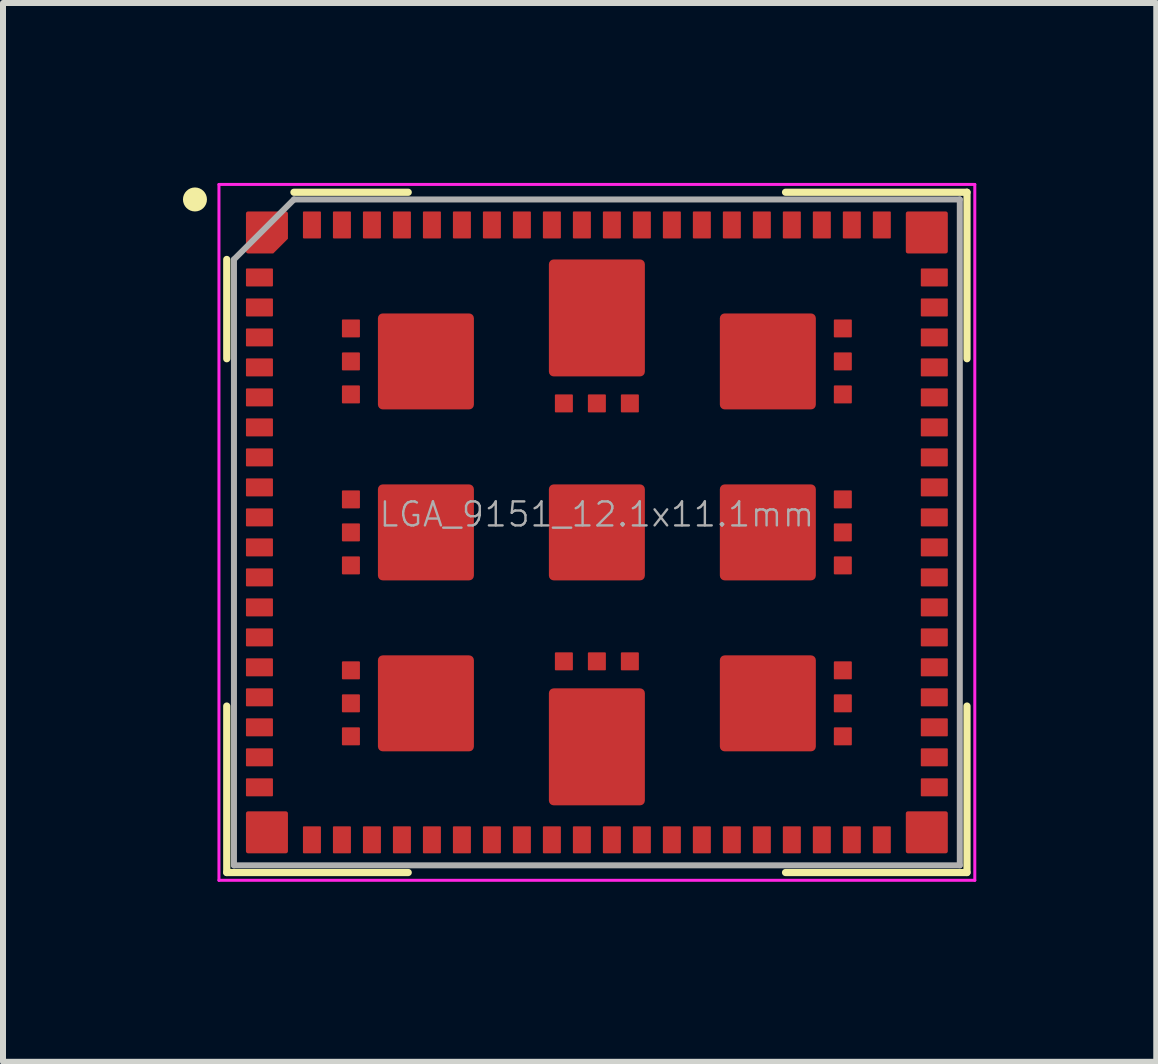
<source format=kicad_pcb>
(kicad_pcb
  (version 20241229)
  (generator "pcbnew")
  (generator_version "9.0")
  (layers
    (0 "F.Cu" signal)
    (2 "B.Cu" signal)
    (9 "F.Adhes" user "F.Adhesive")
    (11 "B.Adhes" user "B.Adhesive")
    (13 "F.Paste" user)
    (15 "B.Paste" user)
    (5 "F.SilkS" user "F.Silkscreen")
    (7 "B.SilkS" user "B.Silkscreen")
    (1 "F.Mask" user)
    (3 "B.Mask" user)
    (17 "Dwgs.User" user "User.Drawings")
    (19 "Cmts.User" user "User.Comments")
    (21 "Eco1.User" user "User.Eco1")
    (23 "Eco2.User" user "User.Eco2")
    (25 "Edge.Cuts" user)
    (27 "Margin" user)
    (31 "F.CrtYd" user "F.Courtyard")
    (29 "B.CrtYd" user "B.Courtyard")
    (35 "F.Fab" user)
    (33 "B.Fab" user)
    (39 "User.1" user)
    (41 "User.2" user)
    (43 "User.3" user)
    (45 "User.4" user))
  (footprint "LGA_9151_12.1x11.1mm"
    (layer "F.Cu")
    (at 6.9 5.825)
    (property "Reference" "LGA_9151_12.1x11.1mm" (at 0 -0.3 0) (unlocked yes) (layer "F.Fab") (effects (font (size 0.4 0.4) (thickness 0.04))))
    (attr smd)
    (fp_line (start -6.17 -4.55) (end -6.17 -2.895) (stroke (width 0.12) (type default)) (layer "F.SilkS"))
    (fp_line (start -6.17 5.67) (end -6.17 2.895) (stroke (width 0.12) (type default)) (layer "F.SilkS"))
    (fp_line (start -3.145 -5.67) (end -5.05 -5.67) (stroke (width 0.12) (type default)) (layer "F.SilkS"))
    (fp_line (start -3.145 5.67) (end -6.17 5.67) (stroke (width 0.12) (type default)) (layer "F.SilkS"))
    (fp_line (start 3.145 -5.67) (end 6.17 -5.67) (stroke (width 0.12) (type default)) (layer "F.SilkS"))
    (fp_line (start 3.145 5.67) (end 6.17 5.67) (stroke (width 0.12) (type default)) (layer "F.SilkS"))
    (fp_line (start 6.17 -5.67) (end 6.17 -2.895) (stroke (width 0.12) (type default)) (layer "F.SilkS"))
    (fp_line (start 6.17 5.67) (end 6.17 2.895) (stroke (width 0.12) (type default)) (layer "F.SilkS"))
    (fp_circle (center -6.7 -5.55) (end -6.7 -5.45) (stroke (width 0.2) (type default)) (fill no) (layer "F.SilkS"))
    (fp_line (start -6.3 -5.8) (end 6.3 -5.8) (stroke (width 0.05) (type default)) (layer "F.CrtYd"))
    (fp_line (start -6.3 5.8) (end -6.3 -5.8) (stroke (width 0.05) (type default)) (layer "F.CrtYd"))
    (fp_line (start 6.3 -5.8) (end 6.3 5.8) (stroke (width 0.05) (type default)) (layer "F.CrtYd"))
    (fp_line (start 6.3 5.8) (end -6.3 5.8) (stroke (width 0.05) (type default)) (layer "F.CrtYd"))
    (fp_line (start -6.05 -4.55) (end -6.05 5.55) (stroke (width 0.1) (type default)) (layer "F.Fab"))
    (fp_line (start -6.05 5.55) (end 6.05 5.55) (stroke (width 0.1) (type default)) (layer "F.Fab"))
    (fp_line (start -5.05 -5.55) (end -6.05 -4.55) (stroke (width 0.1) (type default)) (layer "F.Fab"))
    (fp_line (start 6.05 -5.55) (end -5.05 -5.55) (stroke (width 0.1) (type default)) (layer "F.Fab"))
    (fp_line (start 6.05 5.55) (end 6.05 -5.55) (stroke (width 0.1) (type default)) (layer "F.Fab"))
    (pad "1" smd roundrect (at -5.5 -5) (size 0.7 0.7) (layers "F.Cu" "F.Mask" "F.Paste") (roundrect_rratio 0.05) (chamfer_ratio 0.35) (chamfer bottom_right))
    (pad "2" smd roundrect (at -5.625 -4.25) (size 0.45 0.3) (layers "F.Cu" "F.Mask" "F.Paste") (roundrect_rratio 0.05))
    (pad "3" smd roundrect (at -5.625 -3.75) (size 0.45 0.3) (layers "F.Cu" "F.Mask" "F.Paste") (roundrect_rratio 0.05))
    (pad "4" smd roundrect (at -5.625 -3.25) (size 0.45 0.3) (layers "F.Cu" "F.Mask" "F.Paste") (roundrect_rratio 0.05))
    (pad "5" smd roundrect (at -5.625 -2.75) (size 0.45 0.3) (layers "F.Cu" "F.Mask" "F.Paste") (roundrect_rratio 0.05))
    (pad "6" smd roundrect (at -5.625 -2.25) (size 0.45 0.3) (layers "F.Cu" "F.Mask" "F.Paste") (roundrect_rratio 0.05))
    (pad "7" smd roundrect (at -5.625 -1.75) (size 0.45 0.3) (layers "F.Cu" "F.Mask" "F.Paste") (roundrect_rratio 0.05))
    (pad "8" smd roundrect (at -5.625 -1.25) (size 0.45 0.3) (layers "F.Cu" "F.Mask" "F.Paste") (roundrect_rratio 0.05))
    (pad "9" smd roundrect (at -5.625 -0.75) (size 0.45 0.3) (layers "F.Cu" "F.Mask" "F.Paste") (roundrect_rratio 0.05))
    (pad "10" smd roundrect (at -5.625 -0.25) (size 0.45 0.3) (layers "F.Cu" "F.Mask" "F.Paste") (roundrect_rratio 0.05))
    (pad "11" smd roundrect (at -5.625 0.25) (size 0.45 0.3) (layers "F.Cu" "F.Mask" "F.Paste") (roundrect_rratio 0.05))
    (pad "12" smd roundrect (at -5.625 0.75) (size 0.45 0.3) (layers "F.Cu" "F.Mask" "F.Paste") (roundrect_rratio 0.05))
    (pad "13" smd roundrect (at -5.625 1.25) (size 0.45 0.3) (layers "F.Cu" "F.Mask" "F.Paste") (roundrect_rratio 0.05))
    (pad "14" smd roundrect (at -5.625 1.75) (size 0.45 0.3) (layers "F.Cu" "F.Mask" "F.Paste") (roundrect_rratio 0.05))
    (pad "15" smd roundrect (at -5.625 2.25) (size 0.45 0.3) (layers "F.Cu" "F.Mask" "F.Paste") (roundrect_rratio 0.05))
    (pad "16" smd roundrect (at -5.625 2.75) (size 0.45 0.3) (layers "F.Cu" "F.Mask" "F.Paste") (roundrect_rratio 0.05))
    (pad "17" smd roundrect (at -5.625 3.25) (size 0.45 0.3) (layers "F.Cu" "F.Mask" "F.Paste") (roundrect_rratio 0.05))
    (pad "18" smd roundrect (at -5.625 3.75) (size 0.45 0.3) (layers "F.Cu" "F.Mask" "F.Paste") (roundrect_rratio 0.05))
    (pad "19" smd roundrect (at -5.625 4.25) (size 0.45 0.3) (layers "F.Cu" "F.Mask" "F.Paste") (roundrect_rratio 0.05))
    (pad "20" smd roundrect (at -5.5 5) (size 0.7 0.7) (layers "F.Cu" "F.Mask" "F.Paste") (roundrect_rratio 0.05))
    (pad "21" smd roundrect (at -4.75 5.125 90) (size 0.45 0.3) (layers "F.Cu" "F.Mask" "F.Paste") (roundrect_rratio 0.05))
    (pad "22" smd roundrect (at -4.25 5.125 90) (size 0.45 0.3) (layers "F.Cu" "F.Mask" "F.Paste") (roundrect_rratio 0.05))
    (pad "23" smd roundrect (at -3.75 5.125 90) (size 0.45 0.3) (layers "F.Cu" "F.Mask" "F.Paste") (roundrect_rratio 0.05))
    (pad "24" smd roundrect (at -3.25 5.125 90) (size 0.45 0.3) (layers "F.Cu" "F.Mask" "F.Paste") (roundrect_rratio 0.05))
    (pad "25" smd roundrect (at -2.75 5.125 90) (size 0.45 0.3) (layers "F.Cu" "F.Mask" "F.Paste") (roundrect_rratio 0.05))
    (pad "26" smd roundrect (at -2.25 5.125 90) (size 0.45 0.3) (layers "F.Cu" "F.Mask" "F.Paste") (roundrect_rratio 0.05))
    (pad "27" smd roundrect (at -1.75 5.125 90) (size 0.45 0.3) (layers "F.Cu" "F.Mask" "F.Paste") (roundrect_rratio 0.05))
    (pad "28" smd roundrect (at -1.25 5.125 90) (size 0.45 0.3) (layers "F.Cu" "F.Mask" "F.Paste") (roundrect_rratio 0.05))
    (pad "29" smd roundrect (at -0.75 5.125 90) (size 0.45 0.3) (layers "F.Cu" "F.Mask" "F.Paste") (roundrect_rratio 0.05))
    (pad "30" smd roundrect (at -0.25 5.125 90) (size 0.45 0.3) (layers "F.Cu" "F.Mask" "F.Paste") (roundrect_rratio 0.05))
    (pad "31" smd roundrect (at 0.25 5.125 90) (size 0.45 0.3) (layers "F.Cu" "F.Mask" "F.Paste") (roundrect_rratio 0.05))
    (pad "32" smd roundrect (at 0.75 5.125 90) (size 0.45 0.3) (layers "F.Cu" "F.Mask" "F.Paste") (roundrect_rratio 0.05))
    (pad "33" smd roundrect (at 1.25 5.125 90) (size 0.45 0.3) (layers "F.Cu" "F.Mask" "F.Paste") (roundrect_rratio 0.05))
    (pad "34" smd roundrect (at 1.75 5.125 90) (size 0.45 0.3) (layers "F.Cu" "F.Mask" "F.Paste") (roundrect_rratio 0.05))
    (pad "35" smd roundrect (at 2.25 5.125 90) (size 0.45 0.3) (layers "F.Cu" "F.Mask" "F.Paste") (roundrect_rratio 0.05))
    (pad "36" smd roundrect (at 2.75 5.125 90) (size 0.45 0.3) (layers "F.Cu" "F.Mask" "F.Paste") (roundrect_rratio 0.05))
    (pad "37" smd roundrect (at 3.25 5.125 90) (size 0.45 0.3) (layers "F.Cu" "F.Mask" "F.Paste") (roundrect_rratio 0.05))
    (pad "38" smd roundrect (at 3.75 5.125 90) (size 0.45 0.3) (layers "F.Cu" "F.Mask" "F.Paste") (roundrect_rratio 0.05))
    (pad "39" smd roundrect (at 4.25 5.125 90) (size 0.45 0.3) (layers "F.Cu" "F.Mask" "F.Paste") (roundrect_rratio 0.05))
    (pad "40" smd roundrect (at 4.75 5.125 90) (size 0.45 0.3) (layers "F.Cu" "F.Mask" "F.Paste") (roundrect_rratio 0.05))
    (pad "41" smd roundrect (at 5.5 5) (size 0.7 0.7) (layers "F.Cu" "F.Mask" "F.Paste") (roundrect_rratio 0.05))
    (pad "42" smd roundrect (at 5.625 4.25) (size 0.45 0.3) (layers "F.Cu" "F.Mask" "F.Paste") (roundrect_rratio 0.05))
    (pad "43" smd roundrect (at 5.625 3.75) (size 0.45 0.3) (layers "F.Cu" "F.Mask" "F.Paste") (roundrect_rratio 0.05))
    (pad "44" smd roundrect (at 5.625 3.25) (size 0.45 0.3) (layers "F.Cu" "F.Mask" "F.Paste") (roundrect_rratio 0.05))
    (pad "45" smd roundrect (at 5.625 2.75) (size 0.45 0.3) (layers "F.Cu" "F.Mask" "F.Paste") (roundrect_rratio 0.05))
    (pad "46" smd roundrect (at 5.625 2.25) (size 0.45 0.3) (layers "F.Cu" "F.Mask" "F.Paste") (roundrect_rratio 0.05))
    (pad "47" smd roundrect (at 5.625 1.75) (size 0.45 0.3) (layers "F.Cu" "F.Mask" "F.Paste") (roundrect_rratio 0.05))
    (pad "48" smd roundrect (at 5.625 1.25) (size 0.45 0.3) (layers "F.Cu" "F.Mask" "F.Paste") (roundrect_rratio 0.05))
    (pad "49" smd roundrect (at 5.625 0.75) (size 0.45 0.3) (layers "F.Cu" "F.Mask" "F.Paste") (roundrect_rratio 0.05))
    (pad "50" smd roundrect (at 5.625 0.25) (size 0.45 0.3) (layers "F.Cu" "F.Mask" "F.Paste") (roundrect_rratio 0.05))
    (pad "51" smd roundrect (at 5.625 -0.25) (size 0.45 0.3) (layers "F.Cu" "F.Mask" "F.Paste") (roundrect_rratio 0.05))
    (pad "52" smd roundrect (at 5.625 -0.75) (size 0.45 0.3) (layers "F.Cu" "F.Mask" "F.Paste") (roundrect_rratio 0.05))
    (pad "53" smd roundrect (at 5.625 -1.25) (size 0.45 0.3) (layers "F.Cu" "F.Mask" "F.Paste") (roundrect_rratio 0.05))
    (pad "54" smd roundrect (at 5.625 -1.75) (size 0.45 0.3) (layers "F.Cu" "F.Mask" "F.Paste") (roundrect_rratio 0.05))
    (pad "55" smd roundrect (at 5.625 -2.25) (size 0.45 0.3) (layers "F.Cu" "F.Mask" "F.Paste") (roundrect_rratio 0.05))
    (pad "56" smd roundrect (at 5.625 -2.75) (size 0.45 0.3) (layers "F.Cu" "F.Mask" "F.Paste") (roundrect_rratio 0.05))
    (pad "57" smd roundrect (at 5.625 -3.25) (size 0.45 0.3) (layers "F.Cu" "F.Mask" "F.Paste") (roundrect_rratio 0.05))
    (pad "58" smd roundrect (at 5.625 -3.75) (size 0.45 0.3) (layers "F.Cu" "F.Mask" "F.Paste") (roundrect_rratio 0.05))
    (pad "59" smd roundrect (at 5.625 -4.25) (size 0.45 0.3) (layers "F.Cu" "F.Mask" "F.Paste") (roundrect_rratio 0.05))
    (pad "60" smd roundrect (at 5.5 -5) (size 0.7 0.7) (layers "F.Cu" "F.Mask" "F.Paste") (roundrect_rratio 0.05))
    (pad "61" smd roundrect (at 4.75 -5.125 90) (size 0.45 0.3) (layers "F.Cu" "F.Mask" "F.Paste") (roundrect_rratio 0.05))
    (pad "62" smd roundrect (at 4.25 -5.125 270) (size 0.45 0.3) (layers "F.Cu" "F.Mask" "F.Paste") (roundrect_rratio 0.05))
    (pad "63" smd roundrect (at 3.75 -5.125 270) (size 0.45 0.3) (layers "F.Cu" "F.Mask" "F.Paste") (roundrect_rratio 0.05))
    (pad "64" smd roundrect (at 3.25 -5.125 270) (size 0.45 0.3) (layers "F.Cu" "F.Mask" "F.Paste") (roundrect_rratio 0.05))
    (pad "65" smd roundrect (at 2.75 -5.125 270) (size 0.45 0.3) (layers "F.Cu" "F.Mask" "F.Paste") (roundrect_rratio 0.05))
    (pad "66" smd roundrect (at 2.25 -5.125 270) (size 0.45 0.3) (layers "F.Cu" "F.Mask" "F.Paste") (roundrect_rratio 0.05))
    (pad "67" smd roundrect (at 1.75 -5.125 270) (size 0.45 0.3) (layers "F.Cu" "F.Mask" "F.Paste") (roundrect_rratio 0.05))
    (pad "68" smd roundrect (at 1.25 -5.125 270) (size 0.45 0.3) (layers "F.Cu" "F.Mask" "F.Paste") (roundrect_rratio 0.05))
    (pad "69" smd roundrect (at 0.75 -5.125 270) (size 0.45 0.3) (layers "F.Cu" "F.Mask" "F.Paste") (roundrect_rratio 0.05))
    (pad "70" smd roundrect (at 0.25 -5.125 270) (size 0.45 0.3) (layers "F.Cu" "F.Mask" "F.Paste") (roundrect_rratio 0.05))
    (pad "71" smd roundrect (at -0.25 -5.125 270) (size 0.45 0.3) (layers "F.Cu" "F.Mask" "F.Paste") (roundrect_rratio 0.05))
    (pad "72" smd roundrect (at -0.75 -5.125 270) (size 0.45 0.3) (layers "F.Cu" "F.Mask" "F.Paste") (roundrect_rratio 0.05))
    (pad "73" smd roundrect (at -1.25 -5.125 270) (size 0.45 0.3) (layers "F.Cu" "F.Mask" "F.Paste") (roundrect_rratio 0.05))
    (pad "74" smd roundrect (at -1.75 -5.125 270) (size 0.45 0.3) (layers "F.Cu" "F.Mask" "F.Paste") (roundrect_rratio 0.05))
    (pad "75" smd roundrect (at -2.25 -5.125 270) (size 0.45 0.3) (layers "F.Cu" "F.Mask" "F.Paste") (roundrect_rratio 0.05))
    (pad "76" smd roundrect (at -2.75 -5.125 270) (size 0.45 0.3) (layers "F.Cu" "F.Mask" "F.Paste") (roundrect_rratio 0.05))
    (pad "77" smd roundrect (at -3.25 -5.125 270) (size 0.45 0.3) (layers "F.Cu" "F.Mask" "F.Paste") (roundrect_rratio 0.05))
    (pad "78" smd roundrect (at -3.75 -5.125 270) (size 0.45 0.3) (layers "F.Cu" "F.Mask" "F.Paste") (roundrect_rratio 0.05))
    (pad "79" smd roundrect (at -4.25 -5.125 270) (size 0.45 0.3) (layers "F.Cu" "F.Mask" "F.Paste") (roundrect_rratio 0.05))
    (pad "80" smd roundrect (at -4.75 -5.125 270) (size 0.45 0.3) (layers "F.Cu" "F.Mask" "F.Paste") (roundrect_rratio 0.05))
    (pad "81" smd roundrect (at -4.1 -3.4 270) (size 0.3 0.3) (layers "F.Cu" "F.Mask" "F.Paste") (roundrect_rratio 0.05))
    (pad "82" smd roundrect (at -4.1 -2.85 270) (size 0.3 0.3) (layers "F.Cu" "F.Mask" "F.Paste") (roundrect_rratio 0.05))
    (pad "83" smd roundrect (at -4.1 -2.3 270) (size 0.3 0.3) (layers "F.Cu" "F.Mask" "F.Paste") (roundrect_rratio 0.05))
    (pad "84" smd roundrect (at -4.1 -0.55 270) (size 0.3 0.3) (layers "F.Cu" "F.Mask" "F.Paste") (roundrect_rratio 0.05))
    (pad "85" smd roundrect (at -4.1 0 270) (size 0.3 0.3) (layers "F.Cu" "F.Mask" "F.Paste") (roundrect_rratio 0.05))
    (pad "86" smd roundrect (at -4.1 0.55 270) (size 0.3 0.3) (layers "F.Cu" "F.Mask" "F.Paste") (roundrect_rratio 0.05))
    (pad "87" smd roundrect (at -4.1 2.3 270) (size 0.3 0.3) (layers "F.Cu" "F.Mask" "F.Paste") (roundrect_rratio 0.05))
    (pad "88" smd roundrect (at -4.1 2.85 270) (size 0.3 0.3) (layers "F.Cu" "F.Mask" "F.Paste") (roundrect_rratio 0.05))
    (pad "89" smd roundrect (at -4.1 3.4 270) (size 0.3 0.3) (layers "F.Cu" "F.Mask" "F.Paste") (roundrect_rratio 0.05))
    (pad "90" smd roundrect (at -0.55 2.15 90) (size 0.3 0.3) (layers "F.Cu" "F.Mask" "F.Paste") (roundrect_rratio 0.05))
    (pad "91" smd roundrect (at 0 2.15 90) (size 0.3 0.3) (layers "F.Cu" "F.Mask" "F.Paste") (roundrect_rratio 0.05))
    (pad "92" smd roundrect (at 0.55 2.15 90) (size 0.3 0.3) (layers "F.Cu" "F.Mask" "F.Paste") (roundrect_rratio 0.05))
    (pad "93" smd roundrect (at 4.1 3.4 90) (size 0.3 0.3) (layers "F.Cu" "F.Mask" "F.Paste") (roundrect_rratio 0.05))
    (pad "94" smd roundrect (at 4.1 2.85 90) (size 0.3 0.3) (layers "F.Cu" "F.Mask" "F.Paste") (roundrect_rratio 0.05))
    (pad "95" smd roundrect (at 4.1 2.3 90) (size 0.3 0.3) (layers "F.Cu" "F.Mask" "F.Paste") (roundrect_rratio 0.05))
    (pad "96" smd roundrect (at 4.1 0.55 90) (size 0.3 0.3) (layers "F.Cu" "F.Mask" "F.Paste") (roundrect_rratio 0.05))
    (pad "97" smd roundrect (at 4.1 0 90) (size 0.3 0.3) (layers "F.Cu" "F.Mask" "F.Paste") (roundrect_rratio 0.05))
    (pad "98" smd roundrect (at 4.1 -0.55 90) (size 0.3 0.3) (layers "F.Cu" "F.Mask" "F.Paste") (roundrect_rratio 0.05))
    (pad "99" smd roundrect (at 4.1 -2.3 90) (size 0.3 0.3) (layers "F.Cu" "F.Mask" "F.Paste") (roundrect_rratio 0.05))
    (pad "100" smd roundrect (at 4.1 -2.85 90) (size 0.3 0.3) (layers "F.Cu" "F.Mask" "F.Paste") (roundrect_rratio 0.05))
    (pad "101" smd roundrect (at 4.1 -3.4 90) (size 0.3 0.3) (layers "F.Cu" "F.Mask" "F.Paste") (roundrect_rratio 0.05))
    (pad "102" smd roundrect (at 0.55 -2.15 270) (size 0.3 0.3) (layers "F.Cu" "F.Mask" "F.Paste") (roundrect_rratio 0.05))
    (pad "103" smd roundrect (at 0 -2.15 270) (size 0.3 0.3) (layers "F.Cu" "F.Mask" "F.Paste") (roundrect_rratio 0.05))
    (pad "104" smd roundrect (at -0.55 -2.15 270) (size 0.3 0.3) (layers "F.Cu" "F.Mask" "F.Paste") (roundrect_rratio 0.05))
    (pad "105" smd roundrect (at -2.85 -2.85) (size 1.6 1.6) (layers "F.Cu" "F.Mask" "F.Paste") (roundrect_rratio 0.05))
    (pad "106" smd roundrect (at -2.85 0) (size 1.6 1.6) (layers "F.Cu" "F.Mask" "F.Paste") (roundrect_rratio 0.05))
    (pad "107" smd roundrect (at -2.85 2.85) (size 1.6 1.6) (layers "F.Cu" "F.Mask" "F.Paste") (roundrect_rratio 0.05))
    (pad "108" smd roundrect (at 0 3.575) (size 1.6 1.95) (layers "F.Cu" "F.Mask" "F.Paste") (roundrect_rratio 0.05))
    (pad "109" smd roundrect (at 2.85 2.85) (size 1.6 1.6) (layers "F.Cu" "F.Mask" "F.Paste") (roundrect_rratio 0.05))
    (pad "110" smd roundrect (at 2.85 0) (size 1.6 1.6) (layers "F.Cu" "F.Mask" "F.Paste") (roundrect_rratio 0.05))
    (pad "111" smd roundrect (at 2.85 -2.85) (size 1.6 1.6) (layers "F.Cu" "F.Mask" "F.Paste") (roundrect_rratio 0.05))
    (pad "112" smd roundrect (at 0 -3.575) (size 1.6 1.95) (layers "F.Cu" "F.Mask" "F.Paste") (roundrect_rratio 0.05))
    (pad "113" smd roundrect (at 0 0) (size 1.6 1.6) (layers "F.Cu" "F.Mask" "F.Paste") (roundrect_rratio 0.05)))
  (gr_rect
    (start -3 -3)
    (end 16.225 14.65)
    (stroke (width 0.1) (type default))
    (fill no)
    (layer "Edge.Cuts")))
</source>
